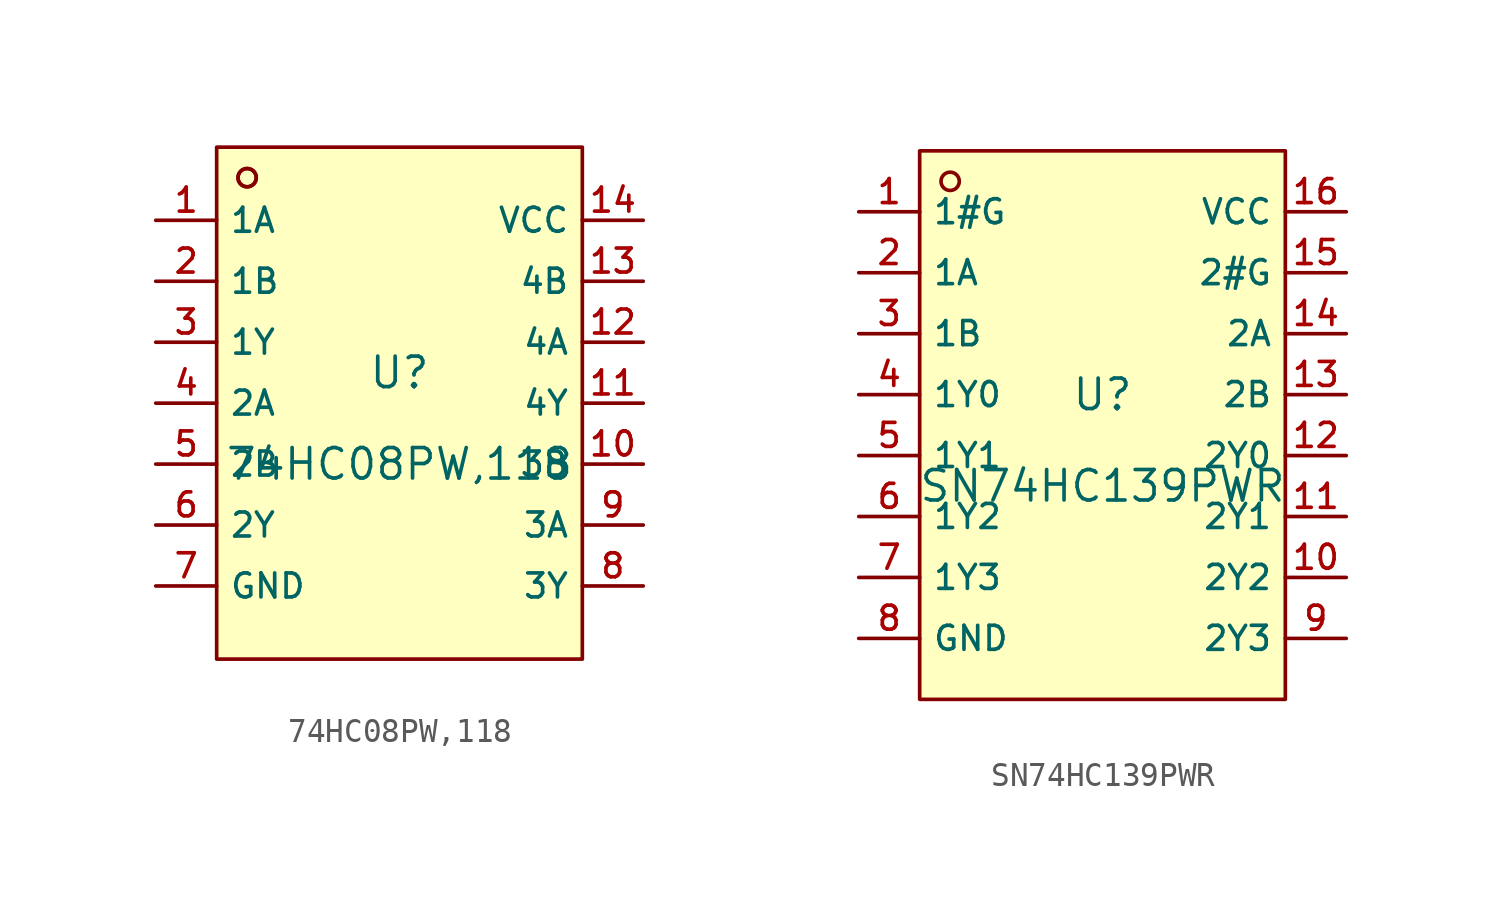
<source format=kicad_sym>
(kicad_symbol_lib
  (version 20210201)
  (generator TousstNicolas/JLC2KiCad_lib)
  (symbol "74HC08PW,118"
    (property "Reference" "U"
      (at 0 1.27 0)
      (effects (font (size 1.27 1.27))))
    (property "Value" "74HC08PW,118"
      (at 0 -2.54 0)
      (effects (font (size 1.27 1.27))))
    (symbol "74HC08PW,118_0_1"
      (circle (center -6.35 9.398) (radius 0.381) (stroke (width 0) (type default) (color 0 0 0 0)) (fill (type background)))
      (rectangle (start -7.62 10.668) (end 7.62 -10.668) (stroke (width 0) (type default) (color 0 0 0 0)) (fill (type background)))
      (circle (center -6.35 9.398) (radius 0.381) (stroke (width 0) (type default) (color 0 0 0 0)) (fill (type background)))
      (pin unspecified line (at -10.16 7.62 0) (length 2.54) (name "1A" (effects (font (size 1 1)))) (number "1" (effects (font (size 1 1)))))
      (pin unspecified line (at -10.16 5.08 0) (length 2.54) (name "1B" (effects (font (size 1 1)))) (number "2" (effects (font (size 1 1)))))
      (pin unspecified line (at -10.16 2.54 0) (length 2.54) (name "1Y" (effects (font (size 1 1)))) (number "3" (effects (font (size 1 1)))))
      (pin unspecified line (at -10.16 -0.0 0) (length 2.54) (name "2A" (effects (font (size 1 1)))) (number "4" (effects (font (size 1 1)))))
      (pin unspecified line (at -10.16 -2.54 0) (length 2.54) (name "2B" (effects (font (size 1 1)))) (number "5" (effects (font (size 1 1)))))
      (pin unspecified line (at -10.16 -5.08 0) (length 2.54) (name "2Y" (effects (font (size 1 1)))) (number "6" (effects (font (size 1 1)))))
      (pin unspecified line (at -10.16 -7.62 0) (length 2.54) (name "GND" (effects (font (size 1 1)))) (number "7" (effects (font (size 1 1)))))
      (pin unspecified line (at 10.16 -7.62 180) (length 2.54) (name "3Y" (effects (font (size 1 1)))) (number "8" (effects (font (size 1 1)))))
      (pin unspecified line (at 10.16 -5.08 180) (length 2.54) (name "3A" (effects (font (size 1 1)))) (number "9" (effects (font (size 1 1)))))
      (pin unspecified line (at 10.16 -2.54 180) (length 2.54) (name "3B" (effects (font (size 1 1)))) (number "10" (effects (font (size 1 1)))))
      (pin unspecified line (at 10.16 -0.0 180) (length 2.54) (name "4Y" (effects (font (size 1 1)))) (number "11" (effects (font (size 1 1)))))
      (pin unspecified line (at 10.16 2.54 180) (length 2.54) (name "4A" (effects (font (size 1 1)))) (number "12" (effects (font (size 1 1)))))
      (pin unspecified line (at 10.16 5.08 180) (length 2.54) (name "4B" (effects (font (size 1 1)))) (number "13" (effects (font (size 1 1)))))
      (pin unspecified line (at 10.16 7.62 180) (length 2.54) (name "VCC" (effects (font (size 1 1)))) (number "14" (effects (font (size 1 1)))))))
  (symbol "SN74HC139PWR"
    (property "Reference" "U"
      (at 0 1.27 0)
      (effects (font (size 1.27 1.27))))
    (property "Value" "SN74HC139PWR"
      (at 0 -2.54 0)
      (effects (font (size 1.27 1.27))))
    (symbol "SN74HC139PWR_0_1"
      (rectangle (start -7.62 11.43) (end 7.62 -11.43) (stroke (width 0) (type default) (color 0 0 0 0)) (fill (type background)))
      (circle (center -6.35 10.16) (radius 0.381) (stroke (width 0) (type default) (color 0 0 0 0)) (fill (type background)))
      (pin unspecified line (at -10.16 8.89 0) (length 2.54) (name "1#G" (effects (font (size 1 1)))) (number "1" (effects (font (size 1 1)))))
      (pin unspecified line (at -10.16 6.35 0) (length 2.54) (name "1A" (effects (font (size 1 1)))) (number "2" (effects (font (size 1 1)))))
      (pin unspecified line (at -10.16 3.81 0) (length 2.54) (name "1B" (effects (font (size 1 1)))) (number "3" (effects (font (size 1 1)))))
      (pin unspecified line (at -10.16 1.27 0) (length 2.54) (name "1Y0" (effects (font (size 1 1)))) (number "4" (effects (font (size 1 1)))))
      (pin unspecified line (at -10.16 -1.27 0) (length 2.54) (name "1Y1" (effects (font (size 1 1)))) (number "5" (effects (font (size 1 1)))))
      (pin unspecified line (at -10.16 -3.81 0) (length 2.54) (name "1Y2" (effects (font (size 1 1)))) (number "6" (effects (font (size 1 1)))))
      (pin unspecified line (at -10.16 -6.35 0) (length 2.54) (name "1Y3" (effects (font (size 1 1)))) (number "7" (effects (font (size 1 1)))))
      (pin unspecified line (at -10.16 -8.89 0) (length 2.54) (name "GND" (effects (font (size 1 1)))) (number "8" (effects (font (size 1 1)))))
      (pin unspecified line (at 10.16 -8.89 180) (length 2.54) (name "2Y3" (effects (font (size 1 1)))) (number "9" (effects (font (size 1 1)))))
      (pin unspecified line (at 10.16 -6.35 180) (length 2.54) (name "2Y2" (effects (font (size 1 1)))) (number "10" (effects (font (size 1 1)))))
      (pin unspecified line (at 10.16 -3.81 180) (length 2.54) (name "2Y1" (effects (font (size 1 1)))) (number "11" (effects (font (size 1 1)))))
      (pin unspecified line (at 10.16 -1.27 180) (length 2.54) (name "2Y0" (effects (font (size 1 1)))) (number "12" (effects (font (size 1 1)))))
      (pin unspecified line (at 10.16 1.27 180) (length 2.54) (name "2B" (effects (font (size 1 1)))) (number "13" (effects (font (size 1 1)))))
      (pin unspecified line (at 10.16 3.81 180) (length 2.54) (name "2A" (effects (font (size 1 1)))) (number "14" (effects (font (size 1 1)))))
      (pin unspecified line (at 10.16 6.35 180) (length 2.54) (name "2#G" (effects (font (size 1 1)))) (number "15" (effects (font (size 1 1)))))
      (pin unspecified line (at 10.16 8.89 180) (length 2.54) (name "VCC" (effects (font (size 1 1)))) (number "16" (effects (font (size 1 1))))))))
</source>
